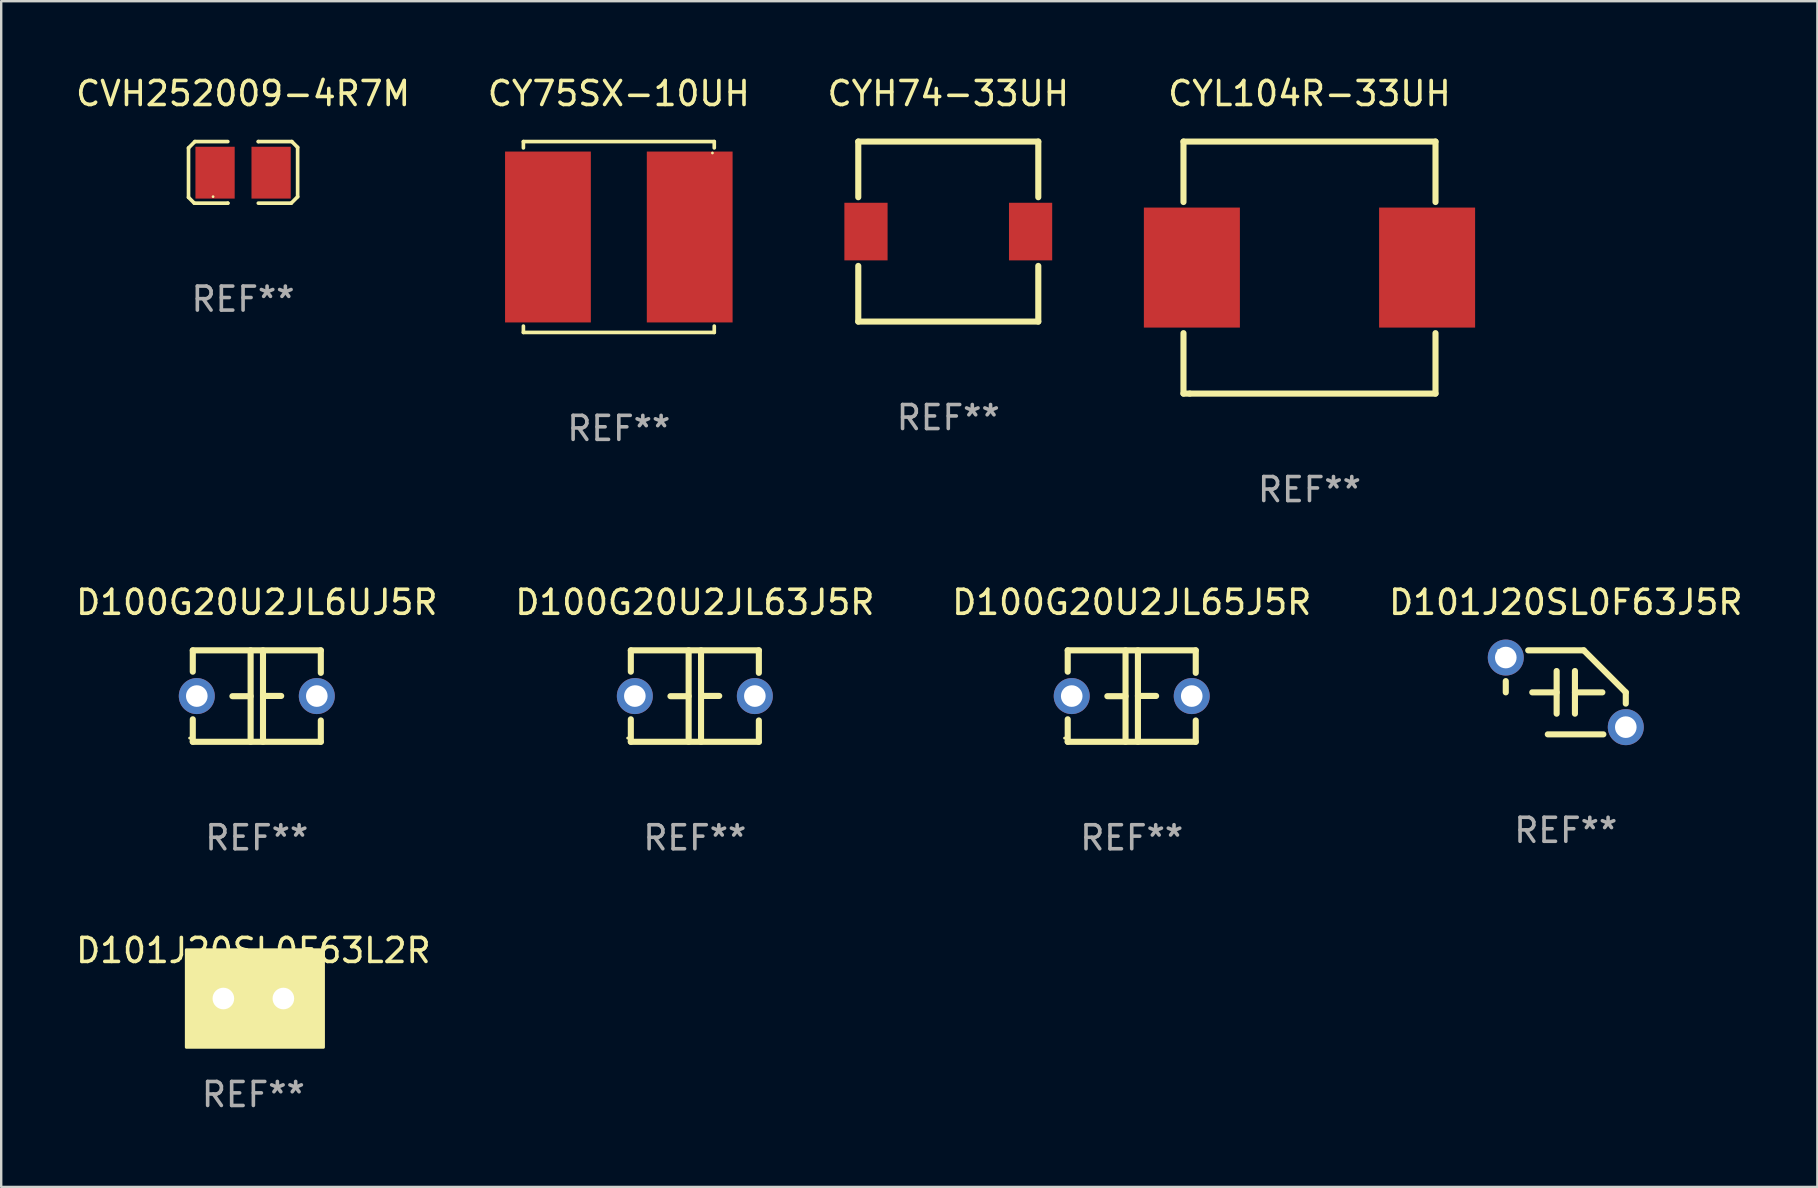
<source format=kicad_pcb>
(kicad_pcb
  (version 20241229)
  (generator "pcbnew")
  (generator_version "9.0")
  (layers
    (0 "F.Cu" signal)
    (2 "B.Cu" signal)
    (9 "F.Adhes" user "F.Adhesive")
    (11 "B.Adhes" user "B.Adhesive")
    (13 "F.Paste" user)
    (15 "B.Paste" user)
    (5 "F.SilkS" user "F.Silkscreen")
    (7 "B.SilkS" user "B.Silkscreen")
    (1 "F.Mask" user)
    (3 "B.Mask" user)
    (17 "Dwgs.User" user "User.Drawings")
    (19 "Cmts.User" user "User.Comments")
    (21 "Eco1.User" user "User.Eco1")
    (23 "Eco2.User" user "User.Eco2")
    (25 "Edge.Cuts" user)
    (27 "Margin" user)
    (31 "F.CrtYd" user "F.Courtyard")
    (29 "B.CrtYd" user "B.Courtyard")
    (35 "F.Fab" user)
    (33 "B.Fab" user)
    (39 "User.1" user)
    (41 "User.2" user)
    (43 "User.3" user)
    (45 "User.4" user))
  (footprint "CYH74-33UH"
    (layer "F.Cu")
    (at 36.458 6.598)
    (property "Reference" "CYH74-33UH" (at 0 -5.75 0) (layer "F.SilkS") (effects (font (size 1 1) (thickness 0.15))))
    (attr through_hole)
    (fp_line (start -3.75 -3.75) (end 3.75 -3.75) (stroke (width 0.254) (type solid)) (layer "F.SilkS"))
    (fp_line (start -3.75 -1.431) (end -3.75 -3.75) (stroke (width 0.254) (type solid)) (layer "F.SilkS"))
    (fp_line (start -3.75 3.75) (end -3.75 1.431) (stroke (width 0.254) (type solid)) (layer "F.SilkS"))
    (fp_line (start 3.75 -3.75) (end 3.75 -1.431) (stroke (width 0.254) (type solid)) (layer "F.SilkS"))
    (fp_line (start 3.75 1.431) (end 3.75 3.75) (stroke (width 0.254) (type solid)) (layer "F.SilkS"))
    (fp_line (start 3.75 3.75) (end -3.75 3.75) (stroke (width 0.254) (type solid)) (layer "F.SilkS"))
    (fp_circle (center -3.75 3.75) (end -3.72 3.75) (stroke (width 0.06) (type solid)) (fill no) (layer "F.SilkS"))
    (fp_text user "REF**" (at 0 7.75 0) (layer "F.Fab") (effects (font (size 1 1) (thickness 0.15))))
    (pad "1" smd rect (at -3.429 0) (size 1.8 2.4) (layers "F.Cu" "F.Mask" "F.Paste"))
    (pad "2" smd rect (at 3.429 0) (size 1.8 2.4) (layers "F.Cu" "F.Mask" "F.Paste")))
  (footprint "CYL104R-33UH"
    (layer "F.Cu")
    (at 51.507 8.098)
    (property "Reference" "CYL104R-33UH" (at 0 -7.25 0) (layer "F.SilkS") (effects (font (size 1 1) (thickness 0.15))))
    (attr through_hole)
    (fp_line (start -5.25 -5.25) (end -5.25 -2.731) (stroke (width 0.254) (type solid)) (layer "F.SilkS"))
    (fp_line (start -5.25 -5.25) (end 5.25 -5.25) (stroke (width 0.254) (type solid)) (layer "F.SilkS"))
    (fp_line (start -5.25 2.731) (end -5.25 5.25) (stroke (width 0.254) (type solid)) (layer "F.SilkS"))
    (fp_line (start -4.989 5.25) (end -5.25 5.25) (stroke (width 0.254) (type solid)) (layer "F.SilkS"))
    (fp_line (start 5.25 -5.25) (end 5.25 -2.731) (stroke (width 0.254) (type solid)) (layer "F.SilkS"))
    (fp_line (start 5.25 2.731) (end 5.25 5.25) (stroke (width 0.254) (type solid)) (layer "F.SilkS"))
    (fp_line (start 5.25 5.25) (end -4.989 5.25) (stroke (width 0.254) (type solid)) (layer "F.SilkS"))
    (fp_circle (center -5.25 5.25) (end -5.22 5.25) (stroke (width 0.06) (type solid)) (fill no) (layer "F.SilkS"))
    (fp_text user "REF**" (at 0 9.25 0) (layer "F.Fab") (effects (font (size 1 1) (thickness 0.15))))
    (pad "1" smd rect (at -4.9 -0.000013) (size 4 5) (layers "F.Cu" "F.Mask" "F.Paste"))
    (pad "2" smd rect (at 4.9 -0.000013) (size 4 5) (layers "F.Cu" "F.Mask" "F.Paste")))
  (footprint "D100G20U2JL65J5R"
    (layer "F.Cu")
    (at 44.101 25.95)
    (property "Reference" "D100G20U2JL65J5R" (at 0 -3.905 0) (layer "F.SilkS") (effects (font (size 1 1) (thickness 0.15))))
    (attr through_hole)
    (fp_line (start -2.667 -1.905) (end -2.667 -1.016) (stroke (width 0.254) (type solid)) (layer "F.SilkS"))
    (fp_line (start -2.667 0.967) (end -2.667 1.905) (stroke (width 0.254) (type solid)) (layer "F.SilkS"))
    (fp_line (start -2.667 1.905) (end 2.667 1.905) (stroke (width 0.254) (type solid)) (layer "F.SilkS"))
    (fp_line (start -0.258 0.005) (end -1.016 0.005) (stroke (width 0.254) (type solid)) (layer "F.SilkS"))
    (fp_line (start -0.258 1.905) (end -0.258 -1.905) (stroke (width 0.254) (type solid)) (layer "F.SilkS"))
    (fp_line (start 0.258 -1.905) (end 0.258 1.905) (stroke (width 0.254) (type solid)) (layer "F.SilkS"))
    (fp_line (start 0.258 -0.005) (end 1.016 -0.005) (stroke (width 0.254) (type solid)) (layer "F.SilkS"))
    (fp_line (start 2.667 -1.905) (end -2.667 -1.905) (stroke (width 0.254) (type solid)) (layer "F.SilkS"))
    (fp_line (start 2.667 -0.967) (end 2.667 -1.905) (stroke (width 0.254) (type solid)) (layer "F.SilkS"))
    (fp_line (start 2.667 1.905) (end 2.667 1.016) (stroke (width 0.254) (type solid)) (layer "F.SilkS"))
    (fp_circle (center -2.8 1.75) (end -2.77 1.75) (stroke (width 0.06) (type solid)) (fill no) (layer "F.SilkS"))
    (fp_text user "REF**" (at 0 5.905 0) (layer "F.Fab") (effects (font (size 1 1) (thickness 0.15))))
    (pad "1" thru_hole circle (at -2.5 0) (size 1.5 1.5) (drill 0.9) (layers "*.Cu" "*.Mask"))
    (pad "2" thru_hole circle (at 2.5 0) (size 1.5 1.5) (drill 0.9) (layers "*.Cu" "*.Mask")))
  (footprint "D101J20SL0F63L2R"
    (layer "F.Cu")
    (at 7.506 38.551)
    (property "Reference" "D101J20SL0F63L2R" (at 0 -2 0) (layer "F.SilkS") (effects (font (size 1 1) (thickness 0.15))))
    (attr through_hole)
    (fp_circle (center -2.5 1.75) (end -2.47 1.75) (stroke (width 0.06) (type solid)) (fill no) (layer "F.SilkS"))
    (fp_poly (pts (xy -2.794 -2.032) (xy 2.921 -2.032) (xy 2.921 2.032) (xy -2.794 2.032)) (stroke (width 0.12) (type solid)) (fill yes) (layer "F.SilkS"))
    (fp_text user "REF**" (at 0 4 0) (layer "F.Fab") (effects (font (size 1 1) (thickness 0.15))))
    (pad "1" thru_hole circle (at -1.25 0) (size 1.5 1.5) (drill 0.9) (layers "*.Cu" "*.Mask"))
    (pad "2" thru_hole circle (at 1.25 0) (size 1.5 1.5) (drill 0.9) (layers "*.Cu" "*.Mask")))
  (footprint "D100G20U2JL63J5R"
    (layer "F.Cu")
    (at 25.899 25.95)
    (property "Reference" "D100G20U2JL63J5R" (at 0 -3.905 0) (layer "F.SilkS") (effects (font (size 1 1) (thickness 0.15))))
    (attr through_hole)
    (fp_line (start -2.667 -1.905) (end -2.667 -1.016) (stroke (width 0.254) (type solid)) (layer "F.SilkS"))
    (fp_line (start -2.667 0.967) (end -2.667 1.905) (stroke (width 0.254) (type solid)) (layer "F.SilkS"))
    (fp_line (start -2.667 1.905) (end 2.667 1.905) (stroke (width 0.254) (type solid)) (layer "F.SilkS"))
    (fp_line (start -0.258 0.005) (end -1.016 0.005) (stroke (width 0.254) (type solid)) (layer "F.SilkS"))
    (fp_line (start -0.258 1.905) (end -0.258 -1.905) (stroke (width 0.254) (type solid)) (layer "F.SilkS"))
    (fp_line (start 0.258 -1.905) (end 0.258 1.905) (stroke (width 0.254) (type solid)) (layer "F.SilkS"))
    (fp_line (start 0.258 -0.005) (end 1.016 -0.005) (stroke (width 0.254) (type solid)) (layer "F.SilkS"))
    (fp_line (start 2.667 -1.905) (end -2.667 -1.905) (stroke (width 0.254) (type solid)) (layer "F.SilkS"))
    (fp_line (start 2.667 -0.967) (end 2.667 -1.905) (stroke (width 0.254) (type solid)) (layer "F.SilkS"))
    (fp_line (start 2.667 1.905) (end 2.667 1.016) (stroke (width 0.254) (type solid)) (layer "F.SilkS"))
    (fp_circle (center -2.8 1.75) (end -2.77 1.75) (stroke (width 0.06) (type solid)) (fill no) (layer "F.SilkS"))
    (fp_text user "REF**" (at 0 5.905 0) (layer "F.Fab") (effects (font (size 1 1) (thickness 0.15))))
    (pad "1" thru_hole circle (at -2.5 0) (size 1.5 1.5) (drill 0.9) (layers "*.Cu" "*.Mask"))
    (pad "2" thru_hole circle (at 2.5 0) (size 1.5 1.5) (drill 0.9) (layers "*.Cu" "*.Mask")))
  (footprint "D101J20SL0F63J5R"
    (layer "F.Cu")
    (at 62.185 25.795)
    (property "Reference" "D101J20SL0F63J5R" (at 0 -3.75 0) (layer "F.SilkS") (effects (font (size 1 1) (thickness 0.15))))
    (attr through_hole)
    (fp_line (start -2.5 0) (end -2.5 -0.469) (stroke (width 0.254) (type solid)) (layer "F.SilkS"))
    (fp_line (start -1.397 0) (end -0.381 0) (stroke (width 0.254) (type solid)) (layer "F.SilkS"))
    (fp_line (start -0.75 1.75) (end 1.566 1.75) (stroke (width 0.254) (type solid)) (layer "F.SilkS"))
    (fp_line (start -0.381 -0.889) (end -0.381 0.889) (stroke (width 0.254) (type solid)) (layer "F.SilkS"))
    (fp_line (start 0.381 -0.889) (end 0.381 0.889) (stroke (width 0.254) (type solid)) (layer "F.SilkS"))
    (fp_line (start 0.75 -1.75) (end -1.566 -1.75) (stroke (width 0.254) (type solid)) (layer "F.SilkS"))
    (fp_line (start 1.524 0) (end 0.381 0) (stroke (width 0.254) (type solid)) (layer "F.SilkS"))
    (fp_line (start 2.5 0) (end 2.5 0.469) (stroke (width 0.254) (type solid)) (layer "F.SilkS"))
    (fp_arc (start -2.499962 0) (mid 2.499984 -0.000022) (end -2.499962 0) (stroke (width 0.254001) (type solid)) (layer "F.SilkS"))
    (fp_arc (start 2.500013 0) (mid 1.623463 -0.873464) (end 0.749999 -1.750014) (stroke (width 0.254001) (type solid)) (layer "F.SilkS"))
    (fp_circle (center -2.8 -1.75) (end -2.77 -1.75) (stroke (width 0.06) (type solid)) (fill no) (layer "F.SilkS"))
    (fp_text user "REF**" (at 0 5.75 0) (layer "F.Fab") (effects (font (size 1 1) (thickness 0.15))))
    (pad "1" thru_hole circle (at -2.5 -1.45) (size 1.5 1.5) (drill 0.9) (layers "*.Cu" "*.Mask"))
    (pad "2" thru_hole circle (at 2.5 1.45) (size 1.5 1.5) (drill 0.9) (layers "*.Cu" "*.Mask")))
  (footprint "CVH252009-4R7M"
    (layer "F.Cu")
    (at 7.077 4.131)
    (property "Reference" "CVH252009-4R7M" (at 0 -3.283 0) (layer "F.SilkS") (effects (font (size 1 1) (thickness 0.15))))
    (attr through_hole)
    (fp_line (start -2.273 -1.016) (end -2.007 -1.283) (stroke (width 0.152) (type solid)) (layer "F.SilkS"))
    (fp_line (start -2.273 1.041) (end -2.273 -1.016) (stroke (width 0.152) (type solid)) (layer "F.SilkS"))
    (fp_line (start -2.032 1.283) (end -2.273 1.041) (stroke (width 0.152) (type solid)) (layer "F.SilkS"))
    (fp_line (start -2.007 -1.283) (end -0.635 -1.283) (stroke (width 0.152) (type solid)) (layer "F.SilkS"))
    (fp_line (start -0.635 1.283) (end -2.032 1.283) (stroke (width 0.152) (type solid)) (layer "F.SilkS"))
    (fp_line (start -0.635 1.283) (end -0.635 1.283) (stroke (width 0.152) (type solid)) (layer "F.SilkS"))
    (fp_line (start 0.635 -1.283) (end 0.635 -1.283) (stroke (width 0.152) (type solid)) (layer "F.SilkS"))
    (fp_line (start 0.635 -1.283) (end 2.032 -1.283) (stroke (width 0.152) (type solid)) (layer "F.SilkS"))
    (fp_line (start 2.007 1.283) (end 0.635 1.283) (stroke (width 0.152) (type solid)) (layer "F.SilkS"))
    (fp_line (start 2.032 -1.283) (end 2.273 -1.041) (stroke (width 0.152) (type solid)) (layer "F.SilkS"))
    (fp_line (start 2.273 -1.041) (end 2.273 1.016) (stroke (width 0.152) (type solid)) (layer "F.SilkS"))
    (fp_line (start 2.273 1.016) (end 2.007 1.283) (stroke (width 0.152) (type solid)) (layer "F.SilkS"))
    (fp_circle (center -1.25 1.013) (end -1.22 1.013) (stroke (width 0.06) (type solid)) (fill no) (layer "F.SilkS"))
    (fp_text user "REF**" (at 0 5.283 0) (layer "F.Fab") (effects (font (size 1 1) (thickness 0.15))))
    (pad "1" smd rect (at -1.167 0.013) (size 1.635 2.16) (layers "F.Cu" "F.Mask" "F.Paste"))
    (pad "2" smd rect (at 1.168 0.013) (size 1.635 2.16) (layers "F.Cu" "F.Mask" "F.Paste")))
  (footprint "D100G20U2JL6UJ5R"
    (layer "F.Cu")
    (at 7.649 25.95)
    (property "Reference" "D100G20U2JL6UJ5R" (at 0 -3.905 0) (layer "F.SilkS") (effects (font (size 1 1) (thickness 0.15))))
    (attr through_hole)
    (fp_line (start -2.667 -1.905) (end -2.667 -1.016) (stroke (width 0.254) (type solid)) (layer "F.SilkS"))
    (fp_line (start -2.667 0.967) (end -2.667 1.905) (stroke (width 0.254) (type solid)) (layer "F.SilkS"))
    (fp_line (start -2.667 1.905) (end 2.667 1.905) (stroke (width 0.254) (type solid)) (layer "F.SilkS"))
    (fp_line (start -0.258 0.005) (end -1.016 0.005) (stroke (width 0.254) (type solid)) (layer "F.SilkS"))
    (fp_line (start -0.258 1.905) (end -0.258 -1.905) (stroke (width 0.254) (type solid)) (layer "F.SilkS"))
    (fp_line (start 0.258 -1.905) (end 0.258 1.905) (stroke (width 0.254) (type solid)) (layer "F.SilkS"))
    (fp_line (start 0.258 -0.005) (end 1.016 -0.005) (stroke (width 0.254) (type solid)) (layer "F.SilkS"))
    (fp_line (start 2.667 -1.905) (end -2.667 -1.905) (stroke (width 0.254) (type solid)) (layer "F.SilkS"))
    (fp_line (start 2.667 -0.967) (end 2.667 -1.905) (stroke (width 0.254) (type solid)) (layer "F.SilkS"))
    (fp_line (start 2.667 1.905) (end 2.667 1.016) (stroke (width 0.254) (type solid)) (layer "F.SilkS"))
    (fp_circle (center -2.8 1.75) (end -2.77 1.75) (stroke (width 0.06) (type solid)) (fill no) (layer "F.SilkS"))
    (fp_text user "REF**" (at 0 5.905 0) (layer "F.Fab") (effects (font (size 1 1) (thickness 0.15))))
    (pad "1" thru_hole circle (at -2.5 0) (size 1.5 1.5) (drill 0.9) (layers "*.Cu" "*.Mask"))
    (pad "2" thru_hole circle (at 2.5 0) (size 1.5 1.5) (drill 0.9) (layers "*.Cu" "*.Mask")))
  (footprint "CY75SX-10UH"
    (layer "F.Cu")
    (at 22.732 6.824)
    (property "Reference" "CY75SX-10UH" (at 0 -5.976 0) (layer "F.SilkS") (effects (font (size 1 1) (thickness 0.15))))
    (attr through_hole)
    (fp_line (start -3.976 -3.976) (end 3.976 -3.976) (stroke (width 0.152) (type solid)) (layer "F.SilkS"))
    (fp_line (start -3.976 -3.712) (end -3.976 -3.976) (stroke (width 0.152) (type solid)) (layer "F.SilkS"))
    (fp_line (start -3.976 3.712) (end -3.976 3.976) (stroke (width 0.152) (type solid)) (layer "F.SilkS"))
    (fp_line (start -3.976 3.976) (end 3.976 3.976) (stroke (width 0.152) (type solid)) (layer "F.SilkS"))
    (fp_line (start 3.976 -3.976) (end 3.976 -3.712) (stroke (width 0.152) (type solid)) (layer "F.SilkS"))
    (fp_line (start 3.976 3.976) (end 3.976 3.712) (stroke (width 0.152) (type solid)) (layer "F.SilkS"))
    (fp_circle (center 3.9 -3.5) (end 3.93 -3.5) (stroke (width 0.06) (type solid)) (fill no) (layer "F.SilkS"))
    (fp_text user "REF**" (at 0 7.976 0) (layer "F.Fab") (effects (font (size 1 1) (thickness 0.15))))
    (pad "1" smd rect (at 2.953 0) (size 3.574 7.12) (layers "F.Cu" "F.Mask" "F.Paste"))
    (pad "2" smd rect (at -2.953 0) (size 3.574 7.12) (layers "F.Cu" "F.Mask" "F.Paste")))
  (gr_rect
    (start -3 -3)
    (end 72.667 46.4)
    (stroke (width 0.1) (type default))
    (fill no)
    (layer "Edge.Cuts")))
</source>
